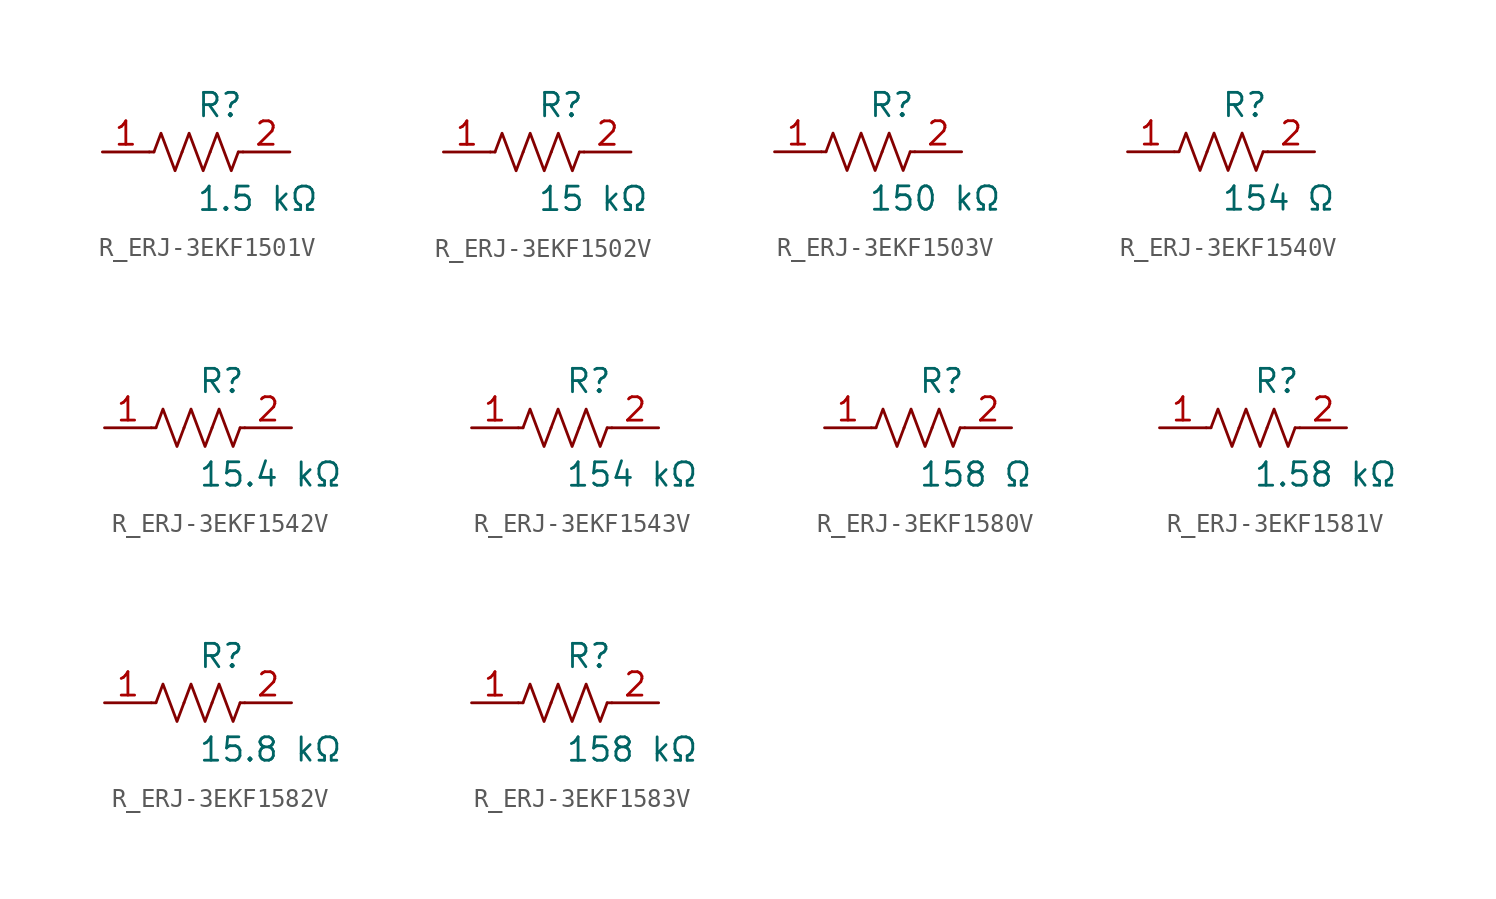
<source format=kicad_sym>
(kicad_symbol_lib
  (version 20231120)
  (generator kicad_symbol_editor)
  (generator_version 8.0)
  (symbol "R_ERJ-3EKF1501V"
    (pin_names
      (offset 0.254))
    (property "Reference" "R"
      (at 0.0 2.54 0)
      (effects (font (size 1.27 1.27)) (justify left)))
    (property "Value" "1.5 kΩ"
      (at 0.0 -2.54 0)
      (effects (font (size 1.27 1.27)) (justify left)))
    (symbol "R_ERJ-3EKF1501V_0_1"
      (polyline (pts (xy 2.286 0) (xy 2.54 0)) (stroke (width 0) (type default)) (fill (type none)))
      (polyline (pts (xy -2.286 0) (xy -2.54 0)) (stroke (width 0) (type default)) (fill (type none)))
      (polyline (pts (xy 0.762 0) (xy 1.143 1.016) (xy 1.524 0) (xy 1.905 -1.016) (xy 2.286 0)) (stroke (width 0) (type default)) (fill (type none)))
      (polyline (pts (xy -0.762 0) (xy -0.381 1.016) (xy 0 0) (xy 0.381 -1.016) (xy 0.762 0)) (stroke (width 0) (type default)) (fill (type none)))
      (polyline (pts (xy -2.286 0) (xy -1.905 1.016) (xy -1.524 0) (xy -1.143 -1.016) (xy -0.762 0)) (stroke (width 0) (type default)) (fill (type none))))
    (pin unspecified line
      (at -5.08 0 0)
      (length 2.54)
      (name "" (effects (font (size 1.27 1.27))))
      (number "1" (effects (font (size 1.27 1.27)))))
    (pin unspecified line
      (at 5.08 0 180)
      (length 2.54)
      (name "" (effects (font (size 1.27 1.27))))
      (number "2" (effects (font (size 1.27 1.27))))))
  (symbol "R_ERJ-3EKF1502V"
    (pin_names
      (offset 0.254))
    (property "Reference" "R"
      (at 0.0 2.54 0)
      (effects (font (size 1.27 1.27)) (justify left)))
    (property "Value" "15 kΩ"
      (at 0.0 -2.54 0)
      (effects (font (size 1.27 1.27)) (justify left)))
    (symbol "R_ERJ-3EKF1502V_0_1"
      (polyline (pts (xy 2.286 0) (xy 2.54 0)) (stroke (width 0) (type default)) (fill (type none)))
      (polyline (pts (xy -2.286 0) (xy -2.54 0)) (stroke (width 0) (type default)) (fill (type none)))
      (polyline (pts (xy 0.762 0) (xy 1.143 1.016) (xy 1.524 0) (xy 1.905 -1.016) (xy 2.286 0)) (stroke (width 0) (type default)) (fill (type none)))
      (polyline (pts (xy -0.762 0) (xy -0.381 1.016) (xy 0 0) (xy 0.381 -1.016) (xy 0.762 0)) (stroke (width 0) (type default)) (fill (type none)))
      (polyline (pts (xy -2.286 0) (xy -1.905 1.016) (xy -1.524 0) (xy -1.143 -1.016) (xy -0.762 0)) (stroke (width 0) (type default)) (fill (type none))))
    (pin unspecified line
      (at -5.08 0 0)
      (length 2.54)
      (name "" (effects (font (size 1.27 1.27))))
      (number "1" (effects (font (size 1.27 1.27)))))
    (pin unspecified line
      (at 5.08 0 180)
      (length 2.54)
      (name "" (effects (font (size 1.27 1.27))))
      (number "2" (effects (font (size 1.27 1.27))))))
  (symbol "R_ERJ-3EKF1503V"
    (pin_names
      (offset 0.254))
    (property "Reference" "R"
      (at 0.0 2.54 0)
      (effects (font (size 1.27 1.27)) (justify left)))
    (property "Value" "150 kΩ"
      (at 0.0 -2.54 0)
      (effects (font (size 1.27 1.27)) (justify left)))
    (symbol "R_ERJ-3EKF1503V_0_1"
      (polyline (pts (xy 2.286 0) (xy 2.54 0)) (stroke (width 0) (type default)) (fill (type none)))
      (polyline (pts (xy -2.286 0) (xy -2.54 0)) (stroke (width 0) (type default)) (fill (type none)))
      (polyline (pts (xy 0.762 0) (xy 1.143 1.016) (xy 1.524 0) (xy 1.905 -1.016) (xy 2.286 0)) (stroke (width 0) (type default)) (fill (type none)))
      (polyline (pts (xy -0.762 0) (xy -0.381 1.016) (xy 0 0) (xy 0.381 -1.016) (xy 0.762 0)) (stroke (width 0) (type default)) (fill (type none)))
      (polyline (pts (xy -2.286 0) (xy -1.905 1.016) (xy -1.524 0) (xy -1.143 -1.016) (xy -0.762 0)) (stroke (width 0) (type default)) (fill (type none))))
    (pin unspecified line
      (at -5.08 0 0)
      (length 2.54)
      (name "" (effects (font (size 1.27 1.27))))
      (number "1" (effects (font (size 1.27 1.27)))))
    (pin unspecified line
      (at 5.08 0 180)
      (length 2.54)
      (name "" (effects (font (size 1.27 1.27))))
      (number "2" (effects (font (size 1.27 1.27))))))
  (symbol "R_ERJ-3EKF1540V"
    (pin_names
      (offset 0.254))
    (property "Reference" "R"
      (at 0.0 2.54 0)
      (effects (font (size 1.27 1.27)) (justify left)))
    (property "Value" "154 Ω"
      (at 0.0 -2.54 0)
      (effects (font (size 1.27 1.27)) (justify left)))
    (symbol "R_ERJ-3EKF1540V_0_1"
      (polyline (pts (xy 2.286 0) (xy 2.54 0)) (stroke (width 0) (type default)) (fill (type none)))
      (polyline (pts (xy -2.286 0) (xy -2.54 0)) (stroke (width 0) (type default)) (fill (type none)))
      (polyline (pts (xy 0.762 0) (xy 1.143 1.016) (xy 1.524 0) (xy 1.905 -1.016) (xy 2.286 0)) (stroke (width 0) (type default)) (fill (type none)))
      (polyline (pts (xy -0.762 0) (xy -0.381 1.016) (xy 0 0) (xy 0.381 -1.016) (xy 0.762 0)) (stroke (width 0) (type default)) (fill (type none)))
      (polyline (pts (xy -2.286 0) (xy -1.905 1.016) (xy -1.524 0) (xy -1.143 -1.016) (xy -0.762 0)) (stroke (width 0) (type default)) (fill (type none))))
    (pin unspecified line
      (at -5.08 0 0)
      (length 2.54)
      (name "" (effects (font (size 1.27 1.27))))
      (number "1" (effects (font (size 1.27 1.27)))))
    (pin unspecified line
      (at 5.08 0 180)
      (length 2.54)
      (name "" (effects (font (size 1.27 1.27))))
      (number "2" (effects (font (size 1.27 1.27))))))
  (symbol "R_ERJ-3EKF1542V"
    (pin_names
      (offset 0.254))
    (property "Reference" "R"
      (at 0.0 2.54 0)
      (effects (font (size 1.27 1.27)) (justify left)))
    (property "Value" "15.4 kΩ"
      (at 0.0 -2.54 0)
      (effects (font (size 1.27 1.27)) (justify left)))
    (symbol "R_ERJ-3EKF1542V_0_1"
      (polyline (pts (xy 2.286 0) (xy 2.54 0)) (stroke (width 0) (type default)) (fill (type none)))
      (polyline (pts (xy -2.286 0) (xy -2.54 0)) (stroke (width 0) (type default)) (fill (type none)))
      (polyline (pts (xy 0.762 0) (xy 1.143 1.016) (xy 1.524 0) (xy 1.905 -1.016) (xy 2.286 0)) (stroke (width 0) (type default)) (fill (type none)))
      (polyline (pts (xy -0.762 0) (xy -0.381 1.016) (xy 0 0) (xy 0.381 -1.016) (xy 0.762 0)) (stroke (width 0) (type default)) (fill (type none)))
      (polyline (pts (xy -2.286 0) (xy -1.905 1.016) (xy -1.524 0) (xy -1.143 -1.016) (xy -0.762 0)) (stroke (width 0) (type default)) (fill (type none))))
    (pin unspecified line
      (at -5.08 0 0)
      (length 2.54)
      (name "" (effects (font (size 1.27 1.27))))
      (number "1" (effects (font (size 1.27 1.27)))))
    (pin unspecified line
      (at 5.08 0 180)
      (length 2.54)
      (name "" (effects (font (size 1.27 1.27))))
      (number "2" (effects (font (size 1.27 1.27))))))
  (symbol "R_ERJ-3EKF1543V"
    (pin_names
      (offset 0.254))
    (property "Reference" "R"
      (at 0.0 2.54 0)
      (effects (font (size 1.27 1.27)) (justify left)))
    (property "Value" "154 kΩ"
      (at 0.0 -2.54 0)
      (effects (font (size 1.27 1.27)) (justify left)))
    (symbol "R_ERJ-3EKF1543V_0_1"
      (polyline (pts (xy 2.286 0) (xy 2.54 0)) (stroke (width 0) (type default)) (fill (type none)))
      (polyline (pts (xy -2.286 0) (xy -2.54 0)) (stroke (width 0) (type default)) (fill (type none)))
      (polyline (pts (xy 0.762 0) (xy 1.143 1.016) (xy 1.524 0) (xy 1.905 -1.016) (xy 2.286 0)) (stroke (width 0) (type default)) (fill (type none)))
      (polyline (pts (xy -0.762 0) (xy -0.381 1.016) (xy 0 0) (xy 0.381 -1.016) (xy 0.762 0)) (stroke (width 0) (type default)) (fill (type none)))
      (polyline (pts (xy -2.286 0) (xy -1.905 1.016) (xy -1.524 0) (xy -1.143 -1.016) (xy -0.762 0)) (stroke (width 0) (type default)) (fill (type none))))
    (pin unspecified line
      (at -5.08 0 0)
      (length 2.54)
      (name "" (effects (font (size 1.27 1.27))))
      (number "1" (effects (font (size 1.27 1.27)))))
    (pin unspecified line
      (at 5.08 0 180)
      (length 2.54)
      (name "" (effects (font (size 1.27 1.27))))
      (number "2" (effects (font (size 1.27 1.27))))))
  (symbol "R_ERJ-3EKF1580V"
    (pin_names
      (offset 0.254))
    (property "Reference" "R"
      (at 0.0 2.54 0)
      (effects (font (size 1.27 1.27)) (justify left)))
    (property "Value" "158 Ω"
      (at 0.0 -2.54 0)
      (effects (font (size 1.27 1.27)) (justify left)))
    (symbol "R_ERJ-3EKF1580V_0_1"
      (polyline (pts (xy 2.286 0) (xy 2.54 0)) (stroke (width 0) (type default)) (fill (type none)))
      (polyline (pts (xy -2.286 0) (xy -2.54 0)) (stroke (width 0) (type default)) (fill (type none)))
      (polyline (pts (xy 0.762 0) (xy 1.143 1.016) (xy 1.524 0) (xy 1.905 -1.016) (xy 2.286 0)) (stroke (width 0) (type default)) (fill (type none)))
      (polyline (pts (xy -0.762 0) (xy -0.381 1.016) (xy 0 0) (xy 0.381 -1.016) (xy 0.762 0)) (stroke (width 0) (type default)) (fill (type none)))
      (polyline (pts (xy -2.286 0) (xy -1.905 1.016) (xy -1.524 0) (xy -1.143 -1.016) (xy -0.762 0)) (stroke (width 0) (type default)) (fill (type none))))
    (pin unspecified line
      (at -5.08 0 0)
      (length 2.54)
      (name "" (effects (font (size 1.27 1.27))))
      (number "1" (effects (font (size 1.27 1.27)))))
    (pin unspecified line
      (at 5.08 0 180)
      (length 2.54)
      (name "" (effects (font (size 1.27 1.27))))
      (number "2" (effects (font (size 1.27 1.27))))))
  (symbol "R_ERJ-3EKF1581V"
    (pin_names
      (offset 0.254))
    (property "Reference" "R"
      (at 0.0 2.54 0)
      (effects (font (size 1.27 1.27)) (justify left)))
    (property "Value" "1.58 kΩ"
      (at 0.0 -2.54 0)
      (effects (font (size 1.27 1.27)) (justify left)))
    (symbol "R_ERJ-3EKF1581V_0_1"
      (polyline (pts (xy 2.286 0) (xy 2.54 0)) (stroke (width 0) (type default)) (fill (type none)))
      (polyline (pts (xy -2.286 0) (xy -2.54 0)) (stroke (width 0) (type default)) (fill (type none)))
      (polyline (pts (xy 0.762 0) (xy 1.143 1.016) (xy 1.524 0) (xy 1.905 -1.016) (xy 2.286 0)) (stroke (width 0) (type default)) (fill (type none)))
      (polyline (pts (xy -0.762 0) (xy -0.381 1.016) (xy 0 0) (xy 0.381 -1.016) (xy 0.762 0)) (stroke (width 0) (type default)) (fill (type none)))
      (polyline (pts (xy -2.286 0) (xy -1.905 1.016) (xy -1.524 0) (xy -1.143 -1.016) (xy -0.762 0)) (stroke (width 0) (type default)) (fill (type none))))
    (pin unspecified line
      (at -5.08 0 0)
      (length 2.54)
      (name "" (effects (font (size 1.27 1.27))))
      (number "1" (effects (font (size 1.27 1.27)))))
    (pin unspecified line
      (at 5.08 0 180)
      (length 2.54)
      (name "" (effects (font (size 1.27 1.27))))
      (number "2" (effects (font (size 1.27 1.27))))))
  (symbol "R_ERJ-3EKF1582V"
    (pin_names
      (offset 0.254))
    (property "Reference" "R"
      (at 0.0 2.54 0)
      (effects (font (size 1.27 1.27)) (justify left)))
    (property "Value" "15.8 kΩ"
      (at 0.0 -2.54 0)
      (effects (font (size 1.27 1.27)) (justify left)))
    (symbol "R_ERJ-3EKF1582V_0_1"
      (polyline (pts (xy 2.286 0) (xy 2.54 0)) (stroke (width 0) (type default)) (fill (type none)))
      (polyline (pts (xy -2.286 0) (xy -2.54 0)) (stroke (width 0) (type default)) (fill (type none)))
      (polyline (pts (xy 0.762 0) (xy 1.143 1.016) (xy 1.524 0) (xy 1.905 -1.016) (xy 2.286 0)) (stroke (width 0) (type default)) (fill (type none)))
      (polyline (pts (xy -0.762 0) (xy -0.381 1.016) (xy 0 0) (xy 0.381 -1.016) (xy 0.762 0)) (stroke (width 0) (type default)) (fill (type none)))
      (polyline (pts (xy -2.286 0) (xy -1.905 1.016) (xy -1.524 0) (xy -1.143 -1.016) (xy -0.762 0)) (stroke (width 0) (type default)) (fill (type none))))
    (pin unspecified line
      (at -5.08 0 0)
      (length 2.54)
      (name "" (effects (font (size 1.27 1.27))))
      (number "1" (effects (font (size 1.27 1.27)))))
    (pin unspecified line
      (at 5.08 0 180)
      (length 2.54)
      (name "" (effects (font (size 1.27 1.27))))
      (number "2" (effects (font (size 1.27 1.27))))))
  (symbol "R_ERJ-3EKF1583V"
    (pin_names
      (offset 0.254))
    (property "Reference" "R"
      (at 0.0 2.54 0)
      (effects (font (size 1.27 1.27)) (justify left)))
    (property "Value" "158 kΩ"
      (at 0.0 -2.54 0)
      (effects (font (size 1.27 1.27)) (justify left)))
    (symbol "R_ERJ-3EKF1583V_0_1"
      (polyline (pts (xy 2.286 0) (xy 2.54 0)) (stroke (width 0) (type default)) (fill (type none)))
      (polyline (pts (xy -2.286 0) (xy -2.54 0)) (stroke (width 0) (type default)) (fill (type none)))
      (polyline (pts (xy 0.762 0) (xy 1.143 1.016) (xy 1.524 0) (xy 1.905 -1.016) (xy 2.286 0)) (stroke (width 0) (type default)) (fill (type none)))
      (polyline (pts (xy -0.762 0) (xy -0.381 1.016) (xy 0 0) (xy 0.381 -1.016) (xy 0.762 0)) (stroke (width 0) (type default)) (fill (type none)))
      (polyline (pts (xy -2.286 0) (xy -1.905 1.016) (xy -1.524 0) (xy -1.143 -1.016) (xy -0.762 0)) (stroke (width 0) (type default)) (fill (type none))))
    (pin unspecified line
      (at -5.08 0 0)
      (length 2.54)
      (name "" (effects (font (size 1.27 1.27))))
      (number "1" (effects (font (size 1.27 1.27)))))
    (pin unspecified line
      (at 5.08 0 180)
      (length 2.54)
      (name "" (effects (font (size 1.27 1.27))))
      (number "2" (effects (font (size 1.27 1.27)))))))
</source>
